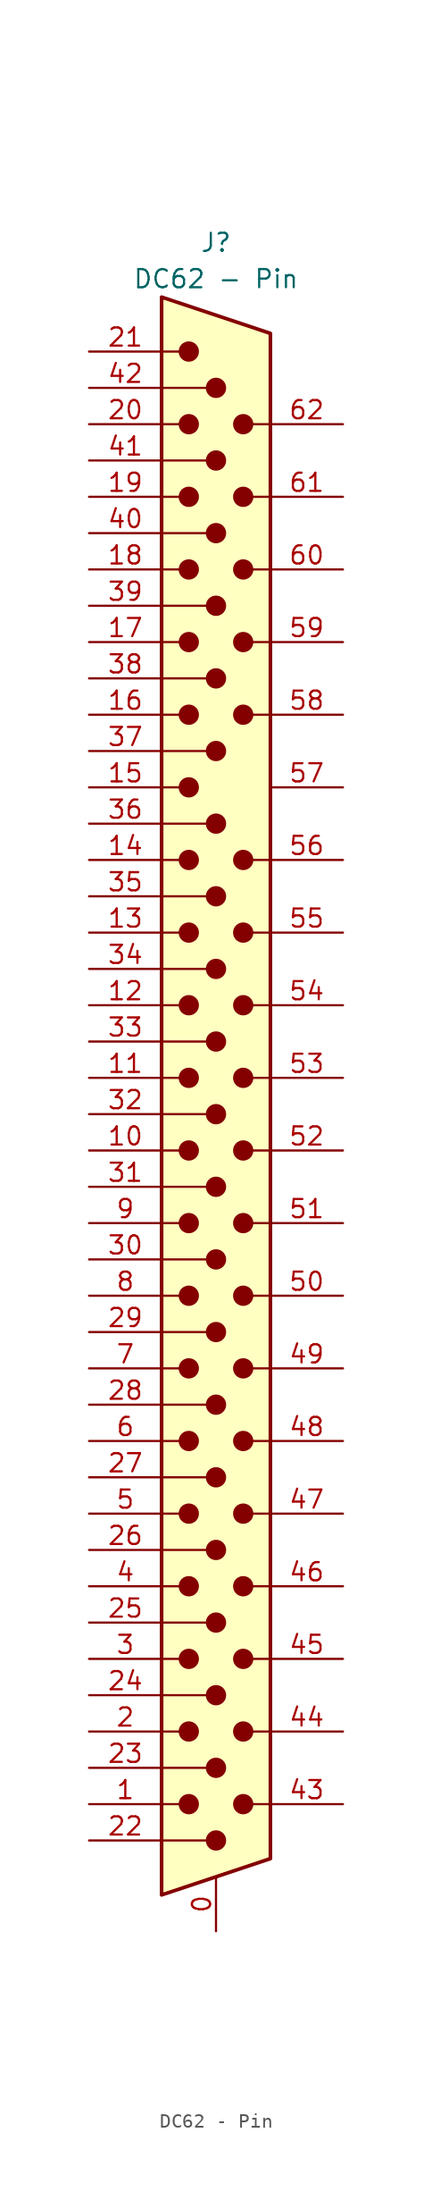
<source format=kicad_sym>
(kicad_symbol_lib
  (version 20211014)
  (generator kicad_symbol_editor)
  (symbol "DC62 - Pin"
    (pin_names
      (offset 1.016) hide)
    (property "Reference" "J"
      (at 0 39.37 0)
      (effects (font (size 1.27 1.27))))
    (property "Value" "DC62 - Pin"
      (at 0 36.83 0)
      (effects (font (size 1.27 1.27))))
    (symbol "DC62 - Pin_0_1"
      (circle (center -1.905 -69.85) (radius 0.635) (stroke (width 0) (type default) (color 0 0 0 0)) (fill (type outline)))
      (circle (center -1.905 -64.77) (radius 0.635) (stroke (width 0) (type default) (color 0 0 0 0)) (fill (type outline)))
      (circle (center -1.905 -59.69) (radius 0.635) (stroke (width 0) (type default) (color 0 0 0 0)) (fill (type outline)))
      (circle (center -1.905 -54.61) (radius 0.635) (stroke (width 0) (type default) (color 0 0 0 0)) (fill (type outline)))
      (circle (center -1.905 -49.53) (radius 0.635) (stroke (width 0) (type default) (color 0 0 0 0)) (fill (type outline)))
      (circle (center -1.905 -44.45) (radius 0.635) (stroke (width 0) (type default) (color 0 0 0 0)) (fill (type outline)))
      (circle (center -1.905 -39.37) (radius 0.635) (stroke (width 0) (type default) (color 0 0 0 0)) (fill (type outline)))
      (circle (center -1.905 -34.29) (radius 0.635) (stroke (width 0) (type default) (color 0 0 0 0)) (fill (type outline)))
      (circle (center -1.905 -29.21) (radius 0.635) (stroke (width 0) (type default) (color 0 0 0 0)) (fill (type outline)))
      (circle (center -1.905 -24.13) (radius 0.635) (stroke (width 0) (type default) (color 0 0 0 0)) (fill (type outline)))
      (circle (center -1.905 -19.05) (radius 0.635) (stroke (width 0) (type default) (color 0 0 0 0)) (fill (type outline)))
      (circle (center -1.905 -13.97) (radius 0.635) (stroke (width 0) (type default) (color 0 0 0 0)) (fill (type outline)))
      (circle (center -1.905 -8.89) (radius 0.635) (stroke (width 0) (type default) (color 0 0 0 0)) (fill (type outline)))
      (circle (center -1.905 -3.81) (radius 0.635) (stroke (width 0) (type default) (color 0 0 0 0)) (fill (type outline)))
      (circle (center -1.905 1.27) (radius 0.635) (stroke (width 0) (type default) (color 0 0 0 0)) (fill (type outline)))
      (circle (center -1.905 6.35) (radius 0.635) (stroke (width 0) (type default) (color 0 0 0 0)) (fill (type outline)))
      (circle (center -1.905 11.43) (radius 0.635) (stroke (width 0) (type default) (color 0 0 0 0)) (fill (type outline)))
      (circle (center -1.905 16.51) (radius 0.635) (stroke (width 0) (type default) (color 0 0 0 0)) (fill (type outline)))
      (circle (center -1.905 21.59) (radius 0.635) (stroke (width 0) (type default) (color 0 0 0 0)) (fill (type outline)))
      (circle (center -1.905 26.67) (radius 0.635) (stroke (width 0) (type default) (color 0 0 0 0)) (fill (type outline)))
      (circle (center -1.905 31.75) (radius 0.635) (stroke (width 0) (type default) (color 0 0 0 0)) (fill (type outline)))
      (circle (center 0 -72.39) (radius 0.635) (stroke (width 0) (type default) (color 0 0 0 0)) (fill (type outline)))
      (circle (center 0 -67.31) (radius 0.635) (stroke (width 0) (type default) (color 0 0 0 0)) (fill (type outline)))
      (circle (center 0 -62.23) (radius 0.635) (stroke (width 0) (type default) (color 0 0 0 0)) (fill (type outline)))
      (circle (center 0 -57.15) (radius 0.635) (stroke (width 0) (type default) (color 0 0 0 0)) (fill (type outline)))
      (circle (center 0 -52.07) (radius 0.635) (stroke (width 0) (type default) (color 0 0 0 0)) (fill (type outline)))
      (circle (center 0 -46.99) (radius 0.635) (stroke (width 0) (type default) (color 0 0 0 0)) (fill (type outline)))
      (circle (center 0 -41.91) (radius 0.635) (stroke (width 0) (type default) (color 0 0 0 0)) (fill (type outline)))
      (circle (center 0 -36.83) (radius 0.635) (stroke (width 0) (type default) (color 0 0 0 0)) (fill (type outline)))
      (circle (center 0 -31.75) (radius 0.635) (stroke (width 0) (type default) (color 0 0 0 0)) (fill (type outline)))
      (circle (center 0 -26.67) (radius 0.635) (stroke (width 0) (type default) (color 0 0 0 0)) (fill (type outline)))
      (circle (center 0 -21.59) (radius 0.635) (stroke (width 0) (type default) (color 0 0 0 0)) (fill (type outline)))
      (circle (center 0 -16.51) (radius 0.635) (stroke (width 0) (type default) (color 0 0 0 0)) (fill (type outline)))
      (circle (center 0 -11.43) (radius 0.635) (stroke (width 0) (type default) (color 0 0 0 0)) (fill (type outline)))
      (circle (center 0 -6.35) (radius 0.635) (stroke (width 0) (type default) (color 0 0 0 0)) (fill (type outline)))
      (circle (center 0 -1.27) (radius 0.635) (stroke (width 0) (type default) (color 0 0 0 0)) (fill (type outline)))
      (polyline (pts (xy -2.54 -69.85) (xy -3.81 -69.85)) (stroke (width 0) (type default) (color 0 0 0 0)) (fill (type none)))
      (polyline (pts (xy -2.54 -64.77) (xy -3.81 -64.77)) (stroke (width 0) (type default) (color 0 0 0 0)) (fill (type none)))
      (polyline (pts (xy -2.54 -59.69) (xy -3.81 -59.69)) (stroke (width 0) (type default) (color 0 0 0 0)) (fill (type none)))
      (polyline (pts (xy -2.54 -54.61) (xy -3.81 -54.61)) (stroke (width 0) (type default) (color 0 0 0 0)) (fill (type none)))
      (polyline (pts (xy -2.54 -49.53) (xy -3.81 -49.53)) (stroke (width 0) (type default) (color 0 0 0 0)) (fill (type none)))
      (polyline (pts (xy -2.54 -44.45) (xy -3.81 -44.45)) (stroke (width 0) (type default) (color 0 0 0 0)) (fill (type none)))
      (polyline (pts (xy -2.54 -39.37) (xy -3.81 -39.37)) (stroke (width 0) (type default) (color 0 0 0 0)) (fill (type none)))
      (polyline (pts (xy -2.54 -34.29) (xy -3.81 -34.29)) (stroke (width 0) (type default) (color 0 0 0 0)) (fill (type none)))
      (polyline (pts (xy -2.54 -29.21) (xy -3.81 -29.21)) (stroke (width 0) (type default) (color 0 0 0 0)) (fill (type none)))
      (polyline (pts (xy -2.54 -24.13) (xy -3.81 -24.13)) (stroke (width 0) (type default) (color 0 0 0 0)) (fill (type none)))
      (polyline (pts (xy -2.54 -19.05) (xy -3.81 -19.05)) (stroke (width 0) (type default) (color 0 0 0 0)) (fill (type none)))
      (polyline (pts (xy -2.54 -13.97) (xy -3.81 -13.97)) (stroke (width 0) (type default) (color 0 0 0 0)) (fill (type none)))
      (polyline (pts (xy -2.54 -8.89) (xy -3.81 -8.89)) (stroke (width 0) (type default) (color 0 0 0 0)) (fill (type none)))
      (polyline (pts (xy -2.54 -3.81) (xy -3.81 -3.81)) (stroke (width 0) (type default) (color 0 0 0 0)) (fill (type none)))
      (polyline (pts (xy -2.54 1.27) (xy -3.81 1.27)) (stroke (width 0) (type default) (color 0 0 0 0)) (fill (type none)))
      (polyline (pts (xy -2.54 6.35) (xy -3.81 6.35)) (stroke (width 0) (type default) (color 0 0 0 0)) (fill (type none)))
      (polyline (pts (xy -2.54 11.43) (xy -3.81 11.43)) (stroke (width 0) (type default) (color 0 0 0 0)) (fill (type none)))
      (polyline (pts (xy -2.54 16.51) (xy -3.81 16.51)) (stroke (width 0) (type default) (color 0 0 0 0)) (fill (type none)))
      (polyline (pts (xy -2.54 21.59) (xy -3.81 21.59)) (stroke (width 0) (type default) (color 0 0 0 0)) (fill (type none)))
      (polyline (pts (xy -2.54 26.67) (xy -3.81 26.67)) (stroke (width 0) (type default) (color 0 0 0 0)) (fill (type none)))
      (polyline (pts (xy -2.54 31.75) (xy -3.81 31.75)) (stroke (width 0) (type default) (color 0 0 0 0)) (fill (type none)))
      (polyline (pts (xy 0 -72.39) (xy -3.81 -72.39)) (stroke (width 0) (type default) (color 0 0 0 0)) (fill (type none)))
      (polyline (pts (xy 0 -67.31) (xy -3.81 -67.31)) (stroke (width 0) (type default) (color 0 0 0 0)) (fill (type none)))
      (polyline (pts (xy 0 -62.23) (xy -3.81 -62.23)) (stroke (width 0) (type default) (color 0 0 0 0)) (fill (type none)))
      (polyline (pts (xy 0 -57.15) (xy -3.81 -57.15)) (stroke (width 0) (type default) (color 0 0 0 0)) (fill (type none)))
      (polyline (pts (xy 0 -52.07) (xy -3.81 -52.07)) (stroke (width 0) (type default) (color 0 0 0 0)) (fill (type none)))
      (polyline (pts (xy 0 -46.99) (xy -3.81 -46.99)) (stroke (width 0) (type default) (color 0 0 0 0)) (fill (type none)))
      (polyline (pts (xy 0 -41.91) (xy -3.81 -41.91)) (stroke (width 0) (type default) (color 0 0 0 0)) (fill (type none)))
      (polyline (pts (xy 0 -36.83) (xy -3.81 -36.83)) (stroke (width 0) (type default) (color 0 0 0 0)) (fill (type none)))
      (polyline (pts (xy 0 -31.75) (xy -3.81 -31.75)) (stroke (width 0) (type default) (color 0 0 0 0)) (fill (type none)))
      (polyline (pts (xy 0 -26.67) (xy -3.81 -26.67)) (stroke (width 0) (type default) (color 0 0 0 0)) (fill (type none)))
      (polyline (pts (xy 0 -21.59) (xy -3.81 -21.59)) (stroke (width 0) (type default) (color 0 0 0 0)) (fill (type none)))
      (polyline (pts (xy 0 -16.51) (xy -3.81 -16.51)) (stroke (width 0) (type default) (color 0 0 0 0)) (fill (type none)))
      (polyline (pts (xy 0 -11.43) (xy -3.81 -11.43)) (stroke (width 0) (type default) (color 0 0 0 0)) (fill (type none)))
      (polyline (pts (xy 0 -6.35) (xy -3.81 -6.35)) (stroke (width 0) (type default) (color 0 0 0 0)) (fill (type none)))
      (polyline (pts (xy 0 -1.27) (xy -3.81 -1.27)) (stroke (width 0) (type default) (color 0 0 0 0)) (fill (type none)))
      (polyline (pts (xy 0 3.81) (xy -3.81 3.81)) (stroke (width 0) (type default) (color 0 0 0 0)) (fill (type none)))
      (polyline (pts (xy 0 8.89) (xy -3.81 8.89)) (stroke (width 0) (type default) (color 0 0 0 0)) (fill (type none)))
      (polyline (pts (xy 0 13.97) (xy -3.81 13.97)) (stroke (width 0) (type default) (color 0 0 0 0)) (fill (type none)))
      (polyline (pts (xy 0 19.05) (xy -3.81 19.05)) (stroke (width 0) (type default) (color 0 0 0 0)) (fill (type none)))
      (polyline (pts (xy 0 24.13) (xy -3.81 24.13)) (stroke (width 0) (type default) (color 0 0 0 0)) (fill (type none)))
      (polyline (pts (xy 0 29.21) (xy -3.81 29.21)) (stroke (width 0) (type default) (color 0 0 0 0)) (fill (type none)))
      (polyline (pts (xy 3.81 -69.85) (xy 2.54 -69.85)) (stroke (width 0) (type default) (color 0 0 0 0)) (fill (type none)))
      (polyline (pts (xy 3.81 -64.77) (xy 2.54 -64.77)) (stroke (width 0) (type default) (color 0 0 0 0)) (fill (type none)))
      (polyline (pts (xy 3.81 -59.69) (xy 2.54 -59.69)) (stroke (width 0) (type default) (color 0 0 0 0)) (fill (type none)))
      (polyline (pts (xy 3.81 -54.61) (xy 2.54 -54.61)) (stroke (width 0) (type default) (color 0 0 0 0)) (fill (type none)))
      (polyline (pts (xy 3.81 -49.53) (xy 2.54 -49.53)) (stroke (width 0) (type default) (color 0 0 0 0)) (fill (type none)))
      (polyline (pts (xy 3.81 -44.45) (xy 2.54 -44.45)) (stroke (width 0) (type default) (color 0 0 0 0)) (fill (type none)))
      (polyline (pts (xy 3.81 -39.37) (xy 2.54 -39.37)) (stroke (width 0) (type default) (color 0 0 0 0)) (fill (type none)))
      (polyline (pts (xy 3.81 -34.29) (xy 2.54 -34.29)) (stroke (width 0) (type default) (color 0 0 0 0)) (fill (type none)))
      (polyline (pts (xy 3.81 -29.21) (xy 2.54 -29.21)) (stroke (width 0) (type default) (color 0 0 0 0)) (fill (type none)))
      (polyline (pts (xy 3.81 -24.13) (xy 2.54 -24.13)) (stroke (width 0) (type default) (color 0 0 0 0)) (fill (type none)))
      (polyline (pts (xy 3.81 -19.05) (xy 2.54 -19.05)) (stroke (width 0) (type default) (color 0 0 0 0)) (fill (type none)))
      (polyline (pts (xy 3.81 -13.97) (xy 2.54 -13.97)) (stroke (width 0) (type default) (color 0 0 0 0)) (fill (type none)))
      (polyline (pts (xy 3.81 -8.89) (xy 2.54 -8.89)) (stroke (width 0) (type default) (color 0 0 0 0)) (fill (type none)))
      (polyline (pts (xy 3.81 -3.81) (xy 2.54 -3.81)) (stroke (width 0) (type default) (color 0 0 0 0)) (fill (type none)))
      (polyline (pts (xy 3.81 6.35) (xy 2.54 6.35)) (stroke (width 0) (type default) (color 0 0 0 0)) (fill (type none)))
      (polyline (pts (xy 3.81 11.43) (xy 2.54 11.43)) (stroke (width 0) (type default) (color 0 0 0 0)) (fill (type none)))
      (polyline (pts (xy 3.81 16.51) (xy 2.54 16.51)) (stroke (width 0) (type default) (color 0 0 0 0)) (fill (type none)))
      (polyline (pts (xy 3.81 21.59) (xy 2.54 21.59)) (stroke (width 0) (type default) (color 0 0 0 0)) (fill (type none)))
      (polyline (pts (xy 3.81 26.67) (xy 2.54 26.67)) (stroke (width 0) (type default) (color 0 0 0 0)) (fill (type none)))
      (polyline (pts (xy -3.81 35.56) (xy -3.81 -76.2) (xy 3.81 -73.66) (xy 3.81 33.02) (xy -3.81 35.56)) (stroke (width 0.254) (type default) (color 0 0 0 0)) (fill (type background)))
      (circle (center 0 3.81) (radius 0.635) (stroke (width 0) (type default) (color 0 0 0 0)) (fill (type outline)))
      (circle (center 0 8.89) (radius 0.635) (stroke (width 0) (type default) (color 0 0 0 0)) (fill (type outline)))
      (circle (center 0 13.97) (radius 0.635) (stroke (width 0) (type default) (color 0 0 0 0)) (fill (type outline)))
      (circle (center 0 19.05) (radius 0.635) (stroke (width 0) (type default) (color 0 0 0 0)) (fill (type outline)))
      (circle (center 0 24.13) (radius 0.635) (stroke (width 0) (type default) (color 0 0 0 0)) (fill (type outline)))
      (circle (center 0 29.21) (radius 0.635) (stroke (width 0) (type default) (color 0 0 0 0)) (fill (type outline)))
      (circle (center 1.905 -69.85) (radius 0.635) (stroke (width 0) (type default) (color 0 0 0 0)) (fill (type outline)))
      (circle (center 1.905 -64.77) (radius 0.635) (stroke (width 0) (type default) (color 0 0 0 0)) (fill (type outline)))
      (circle (center 1.905 -59.69) (radius 0.635) (stroke (width 0) (type default) (color 0 0 0 0)) (fill (type outline)))
      (circle (center 1.905 -54.61) (radius 0.635) (stroke (width 0) (type default) (color 0 0 0 0)) (fill (type outline)))
      (circle (center 1.905 -49.53) (radius 0.635) (stroke (width 0) (type default) (color 0 0 0 0)) (fill (type outline)))
      (circle (center 1.905 -44.45) (radius 0.635) (stroke (width 0) (type default) (color 0 0 0 0)) (fill (type outline)))
      (circle (center 1.905 -39.37) (radius 0.635) (stroke (width 0) (type default) (color 0 0 0 0)) (fill (type outline)))
      (circle (center 1.905 -34.29) (radius 0.635) (stroke (width 0) (type default) (color 0 0 0 0)) (fill (type outline)))
      (circle (center 1.905 -29.21) (radius 0.635) (stroke (width 0) (type default) (color 0 0 0 0)) (fill (type outline)))
      (circle (center 1.905 -24.13) (radius 0.635) (stroke (width 0) (type default) (color 0 0 0 0)) (fill (type outline)))
      (circle (center 1.905 -19.05) (radius 0.635) (stroke (width 0) (type default) (color 0 0 0 0)) (fill (type outline)))
      (circle (center 1.905 -13.97) (radius 0.635) (stroke (width 0) (type default) (color 0 0 0 0)) (fill (type outline)))
      (circle (center 1.905 -8.89) (radius 0.635) (stroke (width 0) (type default) (color 0 0 0 0)) (fill (type outline)))
      (circle (center 1.905 -3.81) (radius 0.635) (stroke (width 0) (type default) (color 0 0 0 0)) (fill (type outline)))
      (circle (center 1.905 6.35) (radius 0.635) (stroke (width 0) (type default) (color 0 0 0 0)) (fill (type outline)))
      (circle (center 1.905 11.43) (radius 0.635) (stroke (width 0) (type default) (color 0 0 0 0)) (fill (type outline)))
      (circle (center 1.905 16.51) (radius 0.635) (stroke (width 0) (type default) (color 0 0 0 0)) (fill (type outline)))
      (circle (center 1.905 21.59) (radius 0.635) (stroke (width 0) (type default) (color 0 0 0 0)) (fill (type outline)))
      (circle (center 1.905 26.67) (radius 0.635) (stroke (width 0) (type default) (color 0 0 0 0)) (fill (type outline))))
    (symbol "DC62 - Pin_1_1"
      (pin passive line (at 0 -78.74 90) (length 3.81) (name "0" (effects (font (size 1.27 1.27)))) (number "0" (effects (font (size 1.27 1.27)))))
      (pin passive line (at -8.89 -69.85 0) (length 5.08) (name "1" (effects (font (size 1.27 1.27)))) (number "1" (effects (font (size 1.27 1.27)))))
      (pin passive line (at -8.89 -24.13 0) (length 5.08) (name "10" (effects (font (size 1.27 1.27)))) (number "10" (effects (font (size 1.27 1.27)))))
      (pin passive line (at -8.89 -19.05 0) (length 5.08) (name "11" (effects (font (size 1.27 1.27)))) (number "11" (effects (font (size 1.27 1.27)))))
      (pin passive line (at -8.89 -13.97 0) (length 5.08) (name "12" (effects (font (size 1.27 1.27)))) (number "12" (effects (font (size 1.27 1.27)))))
      (pin passive line (at -8.89 -8.89 0) (length 5.08) (name "13" (effects (font (size 1.27 1.27)))) (number "13" (effects (font (size 1.27 1.27)))))
      (pin passive line (at -8.89 -3.81 0) (length 5.08) (name "14" (effects (font (size 1.27 1.27)))) (number "14" (effects (font (size 1.27 1.27)))))
      (pin passive line (at -8.89 1.27 0) (length 5.08) (name "15" (effects (font (size 1.27 1.27)))) (number "15" (effects (font (size 1.27 1.27)))))
      (pin passive line (at -8.89 6.35 0) (length 5.08) (name "16" (effects (font (size 1.27 1.27)))) (number "16" (effects (font (size 1.27 1.27)))))
      (pin passive line (at -8.89 11.43 0) (length 5.08) (name "17" (effects (font (size 1.27 1.27)))) (number "17" (effects (font (size 1.27 1.27)))))
      (pin passive line (at -8.89 16.51 0) (length 5.08) (name "18" (effects (font (size 1.27 1.27)))) (number "18" (effects (font (size 1.27 1.27)))))
      (pin passive line (at -8.89 21.59 0) (length 5.08) (name "19" (effects (font (size 1.27 1.27)))) (number "19" (effects (font (size 1.27 1.27)))))
      (pin passive line (at -8.89 -64.77 0) (length 5.08) (name "2" (effects (font (size 1.27 1.27)))) (number "2" (effects (font (size 1.27 1.27)))))
      (pin passive line (at -8.89 26.67 0) (length 5.08) (name "20" (effects (font (size 1.27 1.27)))) (number "20" (effects (font (size 1.27 1.27)))))
      (pin passive line (at -8.89 31.75 0) (length 5.08) (name "21" (effects (font (size 1.27 1.27)))) (number "21" (effects (font (size 1.27 1.27)))))
      (pin passive line (at -8.89 -72.39 0) (length 5.08) (name "22" (effects (font (size 1.27 1.27)))) (number "22" (effects (font (size 1.27 1.27)))))
      (pin passive line (at -8.89 -67.31 0) (length 5.08) (name "23" (effects (font (size 1.27 1.27)))) (number "23" (effects (font (size 1.27 1.27)))))
      (pin passive line (at -8.89 -62.23 0) (length 5.08) (name "24" (effects (font (size 1.27 1.27)))) (number "24" (effects (font (size 1.27 1.27)))))
      (pin passive line (at -8.89 -57.15 0) (length 5.08) (name "25" (effects (font (size 1.27 1.27)))) (number "25" (effects (font (size 1.27 1.27)))))
      (pin passive line (at -8.89 -52.07 0) (length 5.08) (name "26" (effects (font (size 1.27 1.27)))) (number "26" (effects (font (size 1.27 1.27)))))
      (pin passive line (at -8.89 -46.99 0) (length 5.08) (name "27" (effects (font (size 1.27 1.27)))) (number "27" (effects (font (size 1.27 1.27)))))
      (pin passive line (at -8.89 -41.91 0) (length 5.08) (name "28" (effects (font (size 1.27 1.27)))) (number "28" (effects (font (size 1.27 1.27)))))
      (pin passive line (at -8.89 -36.83 0) (length 5.08) (name "29" (effects (font (size 1.27 1.27)))) (number "29" (effects (font (size 1.27 1.27)))))
      (pin passive line (at -8.89 -59.69 0) (length 5.08) (name "3" (effects (font (size 1.27 1.27)))) (number "3" (effects (font (size 1.27 1.27)))))
      (pin passive line (at -8.89 -31.75 0) (length 5.08) (name "30" (effects (font (size 1.27 1.27)))) (number "30" (effects (font (size 1.27 1.27)))))
      (pin passive line (at -8.89 -26.67 0) (length 5.08) (name "31" (effects (font (size 1.27 1.27)))) (number "31" (effects (font (size 1.27 1.27)))))
      (pin passive line (at -8.89 -21.59 0) (length 5.08) (name "32" (effects (font (size 1.27 1.27)))) (number "32" (effects (font (size 1.27 1.27)))))
      (pin passive line (at -8.89 -16.51 0) (length 5.08) (name "33" (effects (font (size 1.27 1.27)))) (number "33" (effects (font (size 1.27 1.27)))))
      (pin passive line (at -8.89 -11.43 0) (length 5.08) (name "34" (effects (font (size 1.27 1.27)))) (number "34" (effects (font (size 1.27 1.27)))))
      (pin passive line (at -8.89 -6.35 0) (length 5.08) (name "35" (effects (font (size 1.27 1.27)))) (number "35" (effects (font (size 1.27 1.27)))))
      (pin passive line (at -8.89 -1.27 0) (length 5.08) (name "36" (effects (font (size 1.27 1.27)))) (number "36" (effects (font (size 1.27 1.27)))))
      (pin passive line (at -8.89 3.81 0) (length 5.08) (name "37" (effects (font (size 1.27 1.27)))) (number "37" (effects (font (size 1.27 1.27)))))
      (pin passive line (at -8.89 8.89 0) (length 5.08) (name "38" (effects (font (size 1.27 1.27)))) (number "38" (effects (font (size 1.27 1.27)))))
      (pin passive line (at -8.89 13.97 0) (length 5.08) (name "39" (effects (font (size 1.27 1.27)))) (number "39" (effects (font (size 1.27 1.27)))))
      (pin passive line (at -8.89 -54.61 0) (length 5.08) (name "4" (effects (font (size 1.27 1.27)))) (number "4" (effects (font (size 1.27 1.27)))))
      (pin passive line (at -8.89 19.05 0) (length 5.08) (name "40" (effects (font (size 1.27 1.27)))) (number "40" (effects (font (size 1.27 1.27)))))
      (pin passive line (at -8.89 24.13 0) (length 5.08) (name "41" (effects (font (size 1.27 1.27)))) (number "41" (effects (font (size 1.27 1.27)))))
      (pin passive line (at -8.89 29.21 0) (length 5.08) (name "42" (effects (font (size 1.27 1.27)))) (number "42" (effects (font (size 1.27 1.27)))))
      (pin passive line (at 8.89 -69.85 180) (length 5.08) (name "43" (effects (font (size 1.27 1.27)))) (number "43" (effects (font (size 1.27 1.27)))))
      (pin passive line (at 8.89 -64.77 180) (length 5.08) (name "44" (effects (font (size 1.27 1.27)))) (number "44" (effects (font (size 1.27 1.27)))))
      (pin passive line (at 8.89 -59.69 180) (length 5.08) (name "45" (effects (font (size 1.27 1.27)))) (number "45" (effects (font (size 1.27 1.27)))))
      (pin passive line (at 8.89 -54.61 180) (length 5.08) (name "46" (effects (font (size 1.27 1.27)))) (number "46" (effects (font (size 1.27 1.27)))))
      (pin passive line (at 8.89 -49.53 180) (length 5.08) (name "47" (effects (font (size 1.27 1.27)))) (number "47" (effects (font (size 1.27 1.27)))))
      (pin passive line (at 8.89 -44.45 180) (length 5.08) (name "48" (effects (font (size 1.27 1.27)))) (number "48" (effects (font (size 1.27 1.27)))))
      (pin passive line (at 8.89 -39.37 180) (length 5.08) (name "49" (effects (font (size 1.27 1.27)))) (number "49" (effects (font (size 1.27 1.27)))))
      (pin passive line (at -8.89 -49.53 0) (length 5.08) (name "5" (effects (font (size 1.27 1.27)))) (number "5" (effects (font (size 1.27 1.27)))))
      (pin passive line (at 8.89 -34.29 180) (length 5.08) (name "50" (effects (font (size 1.27 1.27)))) (number "50" (effects (font (size 1.27 1.27)))))
      (pin passive line (at 8.89 -29.21 180) (length 5.08) (name "51" (effects (font (size 1.27 1.27)))) (number "51" (effects (font (size 1.27 1.27)))))
      (pin passive line (at 8.89 -24.13 180) (length 5.08) (name "52" (effects (font (size 1.27 1.27)))) (number "52" (effects (font (size 1.27 1.27)))))
      (pin passive line (at 8.89 -19.05 180) (length 5.08) (name "53" (effects (font (size 1.27 1.27)))) (number "53" (effects (font (size 1.27 1.27)))))
      (pin passive line (at 8.89 -13.97 180) (length 5.08) (name "54" (effects (font (size 1.27 1.27)))) (number "54" (effects (font (size 1.27 1.27)))))
      (pin passive line (at 8.89 -8.89 180) (length 5.08) (name "55" (effects (font (size 1.27 1.27)))) (number "55" (effects (font (size 1.27 1.27)))))
      (pin passive line (at 8.89 -3.81 180) (length 5.08) (name "56" (effects (font (size 1.27 1.27)))) (number "56" (effects (font (size 1.27 1.27)))))
      (pin passive line (at 8.89 1.27 180) (length 5.08) (name "57" (effects (font (size 1.27 1.27)))) (number "57" (effects (font (size 1.27 1.27)))))
      (pin passive line (at 8.89 6.35 180) (length 5.08) (name "58" (effects (font (size 1.27 1.27)))) (number "58" (effects (font (size 1.27 1.27)))))
      (pin passive line (at 8.89 11.43 180) (length 5.08) (name "59" (effects (font (size 1.27 1.27)))) (number "59" (effects (font (size 1.27 1.27)))))
      (pin passive line (at -8.89 -44.45 0) (length 5.08) (name "6" (effects (font (size 1.27 1.27)))) (number "6" (effects (font (size 1.27 1.27)))))
      (pin passive line (at 8.89 16.51 180) (length 5.08) (name "60" (effects (font (size 1.27 1.27)))) (number "60" (effects (font (size 1.27 1.27)))))
      (pin passive line (at 8.89 21.59 180) (length 5.08) (name "61" (effects (font (size 1.27 1.27)))) (number "61" (effects (font (size 1.27 1.27)))))
      (pin passive line (at 8.89 26.67 180) (length 5.08) (name "62" (effects (font (size 1.27 1.27)))) (number "62" (effects (font (size 1.27 1.27)))))
      (pin passive line (at -8.89 -39.37 0) (length 5.08) (name "7" (effects (font (size 1.27 1.27)))) (number "7" (effects (font (size 1.27 1.27)))))
      (pin passive line (at -8.89 -34.29 0) (length 5.08) (name "8" (effects (font (size 1.27 1.27)))) (number "8" (effects (font (size 1.27 1.27)))))
      (pin passive line (at -8.89 -29.21 0) (length 5.08) (name "9" (effects (font (size 1.27 1.27)))) (number "9" (effects (font (size 1.27 1.27))))))))
</source>
